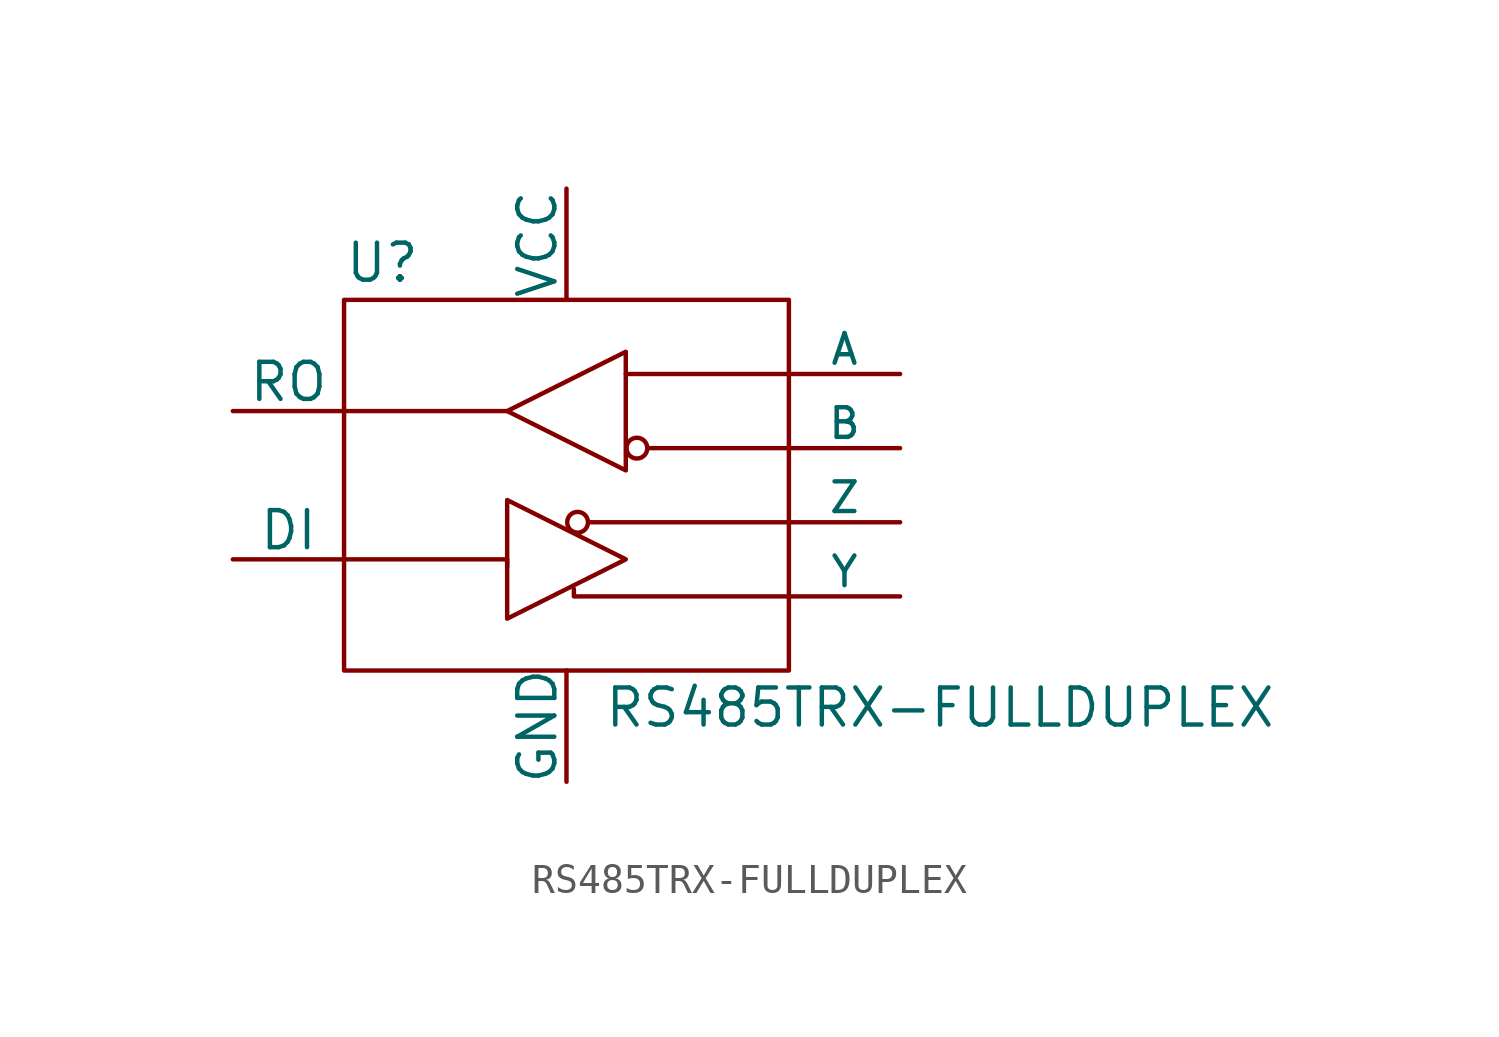
<source format=kicad_sym>
(kicad_symbol_lib
  (version 20211014)
  (generator kicad_symbol_editor)
  (symbol "RS485TRX-FULLDUPLEX"
    (pin_numbers hide)
    (pin_names
      (offset 0))
    (property "Reference" "U"
      (at -7.62 7.62 0)
      (effects (font (size 1.27 1.27)) (justify left)))
    (property "Value" "RS485TRX-FULLDUPLEX"
      (at 1.27 -7.62 0)
      (effects (font (size 1.27 1.27)) (justify left)))
    (symbol "RS485TRX-FULLDUPLEX_0_1"
      (rectangle (start -7.62 6.35) (end 7.62 -6.35) (stroke (width 0) (type default) (color 0 0 0 0)) (fill (type none)))
      (polyline (pts (xy 7.62 -1.27) (xy 0.762 -1.27)) (stroke (width 0) (type default) (color 0 0 0 0)) (fill (type none)))
      (polyline (pts (xy 7.62 1.27) (xy 2.794 1.27)) (stroke (width 0) (type default) (color 0 0 0 0)) (fill (type none)))
      (polyline (pts (xy 7.62 3.81) (xy 2.032 3.81)) (stroke (width 0) (type default) (color 0 0 0 0)) (fill (type none)))
      (polyline (pts (xy -2.032 2.54) (xy -3.302 2.54) (xy -7.62 2.54)) (stroke (width 0) (type default) (color 0 0 0 0)) (fill (type none)))
      (polyline (pts (xy 7.62 -3.81) (xy 0.254 -3.81) (xy 0.254 -3.556)) (stroke (width 0) (type default) (color 0 0 0 0)) (fill (type none)))
      (polyline (pts (xy -7.62 -2.54) (xy -3.302 -2.54) (xy -2.032 -2.54) (xy -2.032 -2.794)) (stroke (width 0) (type default) (color 0 0 0 0)) (fill (type none)))
      (polyline (pts (xy -2.032 -0.508) (xy -2.032 -4.572) (xy 2.032 -2.54) (xy -2.032 -0.508)) (stroke (width 0) (type default) (color 0 0 0 0)) (fill (type none)))
      (polyline (pts (xy 2.032 4.572) (xy 2.032 0.508) (xy -2.032 2.54) (xy 2.032 4.572)) (stroke (width 0) (type default) (color 0 0 0 0)) (fill (type none)))
      (circle (center 0.381 -1.27) (radius 0.356) (stroke (width 0) (type default) (color 0 0 0 0)) (fill (type none)))
      (circle (center 2.413 1.27) (radius 0.356) (stroke (width 0) (type default) (color 0 0 0 0)) (fill (type none))))
    (symbol "RS485TRX-FULLDUPLEX_1_1"
      (pin power_in line (at 0 10.16 270) (length 3.81) (name "VCC" (effects (font (size 1.27 1.27)))) (number "1" (effects (font (size 0.762 0.762)))))
      (pin output line (at -11.43 2.54 0) (length 3.81) (name "RO" (effects (font (size 1.27 1.27)))) (number "2" (effects (font (size 0.762 0.762)))))
      (pin input line (at -11.43 -2.54 0) (length 3.81) (name "DI" (effects (font (size 1.27 1.27)))) (number "3" (effects (font (size 0.762 0.762)))))
      (pin power_in line (at 0 -10.16 90) (length 3.81) (name "GND" (effects (font (size 1.27 1.27)))) (number "4" (effects (font (size 0.762 0.762)))))
      (pin output line (at 11.43 -3.81 180) (length 3.81) (name "Y" (effects (font (size 1.016 1.016)))) (number "5" (effects (font (size 0.762 0.762)))))
      (pin output line (at 11.43 -1.27 180) (length 3.81) (name "Z" (effects (font (size 1.016 1.016)))) (number "6" (effects (font (size 0.762 0.762)))))
      (pin input line (at 11.43 1.27 180) (length 3.81) (name "B" (effects (font (size 1.016 1.016)))) (number "7" (effects (font (size 0.762 0.762)))))
      (pin input line (at 11.43 3.81 180) (length 3.81) (name "A" (effects (font (size 1.016 1.016)))) (number "8" (effects (font (size 0.762 0.762))))))))
</source>
